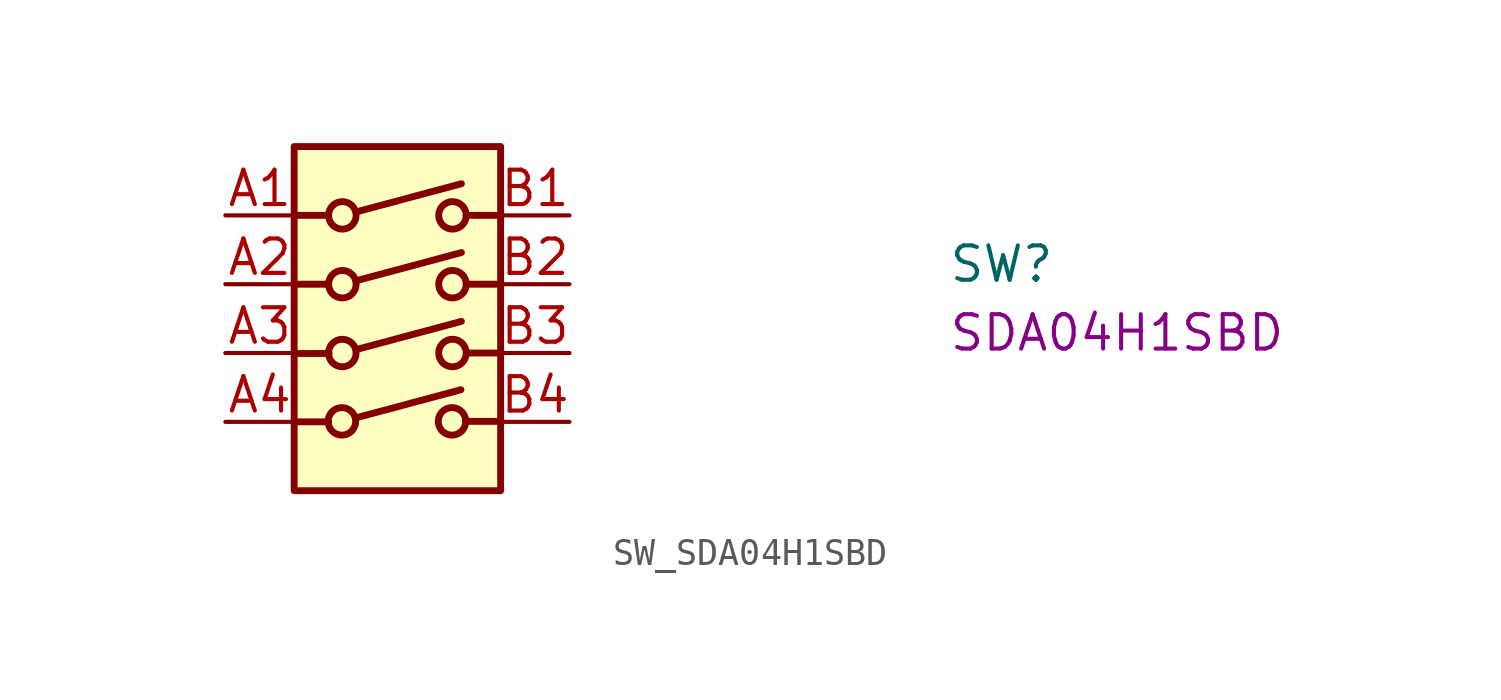
<source format=kicad_sym>
(kicad_symbol_lib
  (version 20220914)
  (generator kicad_symbol_editor)
  (symbol "SW_SDA04H1SBD"
    (pin_names hide)
    (property "Reference" "SW"
      (at 26.67 -2.54 0)
      (effects (font (size 1.27 1.27) (thickness 0.15)) (justify left bottom)))
    (property "MPN" "SDA04H1SBD"
      (at 26.67 -5.08 0)
      (effects (font (size 1.27 1.27) (thickness 0.15)) (justify left bottom)))
    (symbol "SW_SDA04H1SBD_1_1"
      (polyline (pts (xy 3.81 -7.62) (xy 2.54 -7.62)) (stroke (width 0.254) (type default)) (fill (type none)))
      (polyline (pts (xy 3.81 -2.54) (xy 2.54 -2.54)) (stroke (width 0.254) (type default)) (fill (type none)))
      (polyline (pts (xy 3.81 0) (xy 2.54 0)) (stroke (width 0.254) (type default)) (fill (type none)))
      (polyline (pts (xy 3.827 -5.098) (xy 2.557 -5.098)) (stroke (width 0.254) (type default)) (fill (type none)))
      (polyline (pts (xy 4.809 -7.475) (xy 8.695 -6.434)) (stroke (width 0.254) (type default)) (fill (type none)))
      (polyline (pts (xy 4.826 -4.953) (xy 8.712 -3.912)) (stroke (width 0.254) (type default)) (fill (type none)))
      (polyline (pts (xy 4.826 -2.413) (xy 8.712 -1.372)) (stroke (width 0.254) (type default)) (fill (type none)))
      (polyline (pts (xy 4.826 0.127) (xy 8.712 1.168)) (stroke (width 0.254) (type default)) (fill (type none)))
      (polyline (pts (xy 10.143 -7.602) (xy 8.873 -7.602)) (stroke (width 0.254) (type default)) (fill (type none)))
      (polyline (pts (xy 10.16 -5.08) (xy 8.89 -5.08)) (stroke (width 0.254) (type default)) (fill (type none)))
      (polyline (pts (xy 10.16 -2.54) (xy 8.89 -2.54)) (stroke (width 0.254) (type default)) (fill (type none)))
      (polyline (pts (xy 10.16 0) (xy 8.89 0)) (stroke (width 0.254) (type default)) (fill (type none)))
      (rectangle (start 2.54 2.54) (end 10.16 -10.16) (stroke (width 0.254) (type default)) (fill (type background)))
      (circle (center 4.301 -7.602) (radius 0.508) (stroke (width 0.254) (type default)) (fill (type none)))
      (circle (center 4.318 -5.08) (radius 0.508) (stroke (width 0.254) (type default)) (fill (type none)))
      (circle (center 4.318 -2.54) (radius 0.508) (stroke (width 0.254) (type default)) (fill (type none)))
      (circle (center 4.318 0) (radius 0.508) (stroke (width 0.254) (type default)) (fill (type none)))
      (circle (center 8.365 -7.602) (radius 0.508) (stroke (width 0.254) (type default)) (fill (type none)))
      (circle (center 8.382 -5.08) (radius 0.508) (stroke (width 0.254) (type default)) (fill (type none)))
      (circle (center 8.382 -2.54) (radius 0.508) (stroke (width 0.254) (type default)) (fill (type none)))
      (circle (center 8.382 0) (radius 0.508) (stroke (width 0.254) (type default)) (fill (type none)))
      (pin passive line (at 0 0 0) (length 2.54) (name "A1" (effects (font (size 1.27 1.27)))) (number "A1" (effects (font (size 1.27 1.27)))))
      (pin passive line (at 0 -2.54 0) (length 2.54) (name "A2" (effects (font (size 1.27 1.27)))) (number "A2" (effects (font (size 1.27 1.27)))))
      (pin passive line (at 0 -5.08 0) (length 2.54) (name "A3" (effects (font (size 1.27 1.27)))) (number "A3" (effects (font (size 1.27 1.27)))))
      (pin passive line (at 0 -7.62 0) (length 2.54) (name "A4" (effects (font (size 1.27 1.27)))) (number "A4" (effects (font (size 1.27 1.27)))))
      (pin passive line (at 12.7 0 180) (length 2.54) (name "B1" (effects (font (size 1.27 1.27)))) (number "B1" (effects (font (size 1.27 1.27)))))
      (pin passive line (at 12.7 -2.54 180) (length 2.54) (name "B2" (effects (font (size 1.27 1.27)))) (number "B2" (effects (font (size 1.27 1.27)))))
      (pin passive line (at 12.7 -5.08 180) (length 2.54) (name "B3" (effects (font (size 1.27 1.27)))) (number "B3" (effects (font (size 1.27 1.27)))))
      (pin passive line (at 12.7 -7.62 180) (length 2.54) (name "B4" (effects (font (size 1.27 1.27)))) (number "B4" (effects (font (size 1.27 1.27))))))))
</source>
